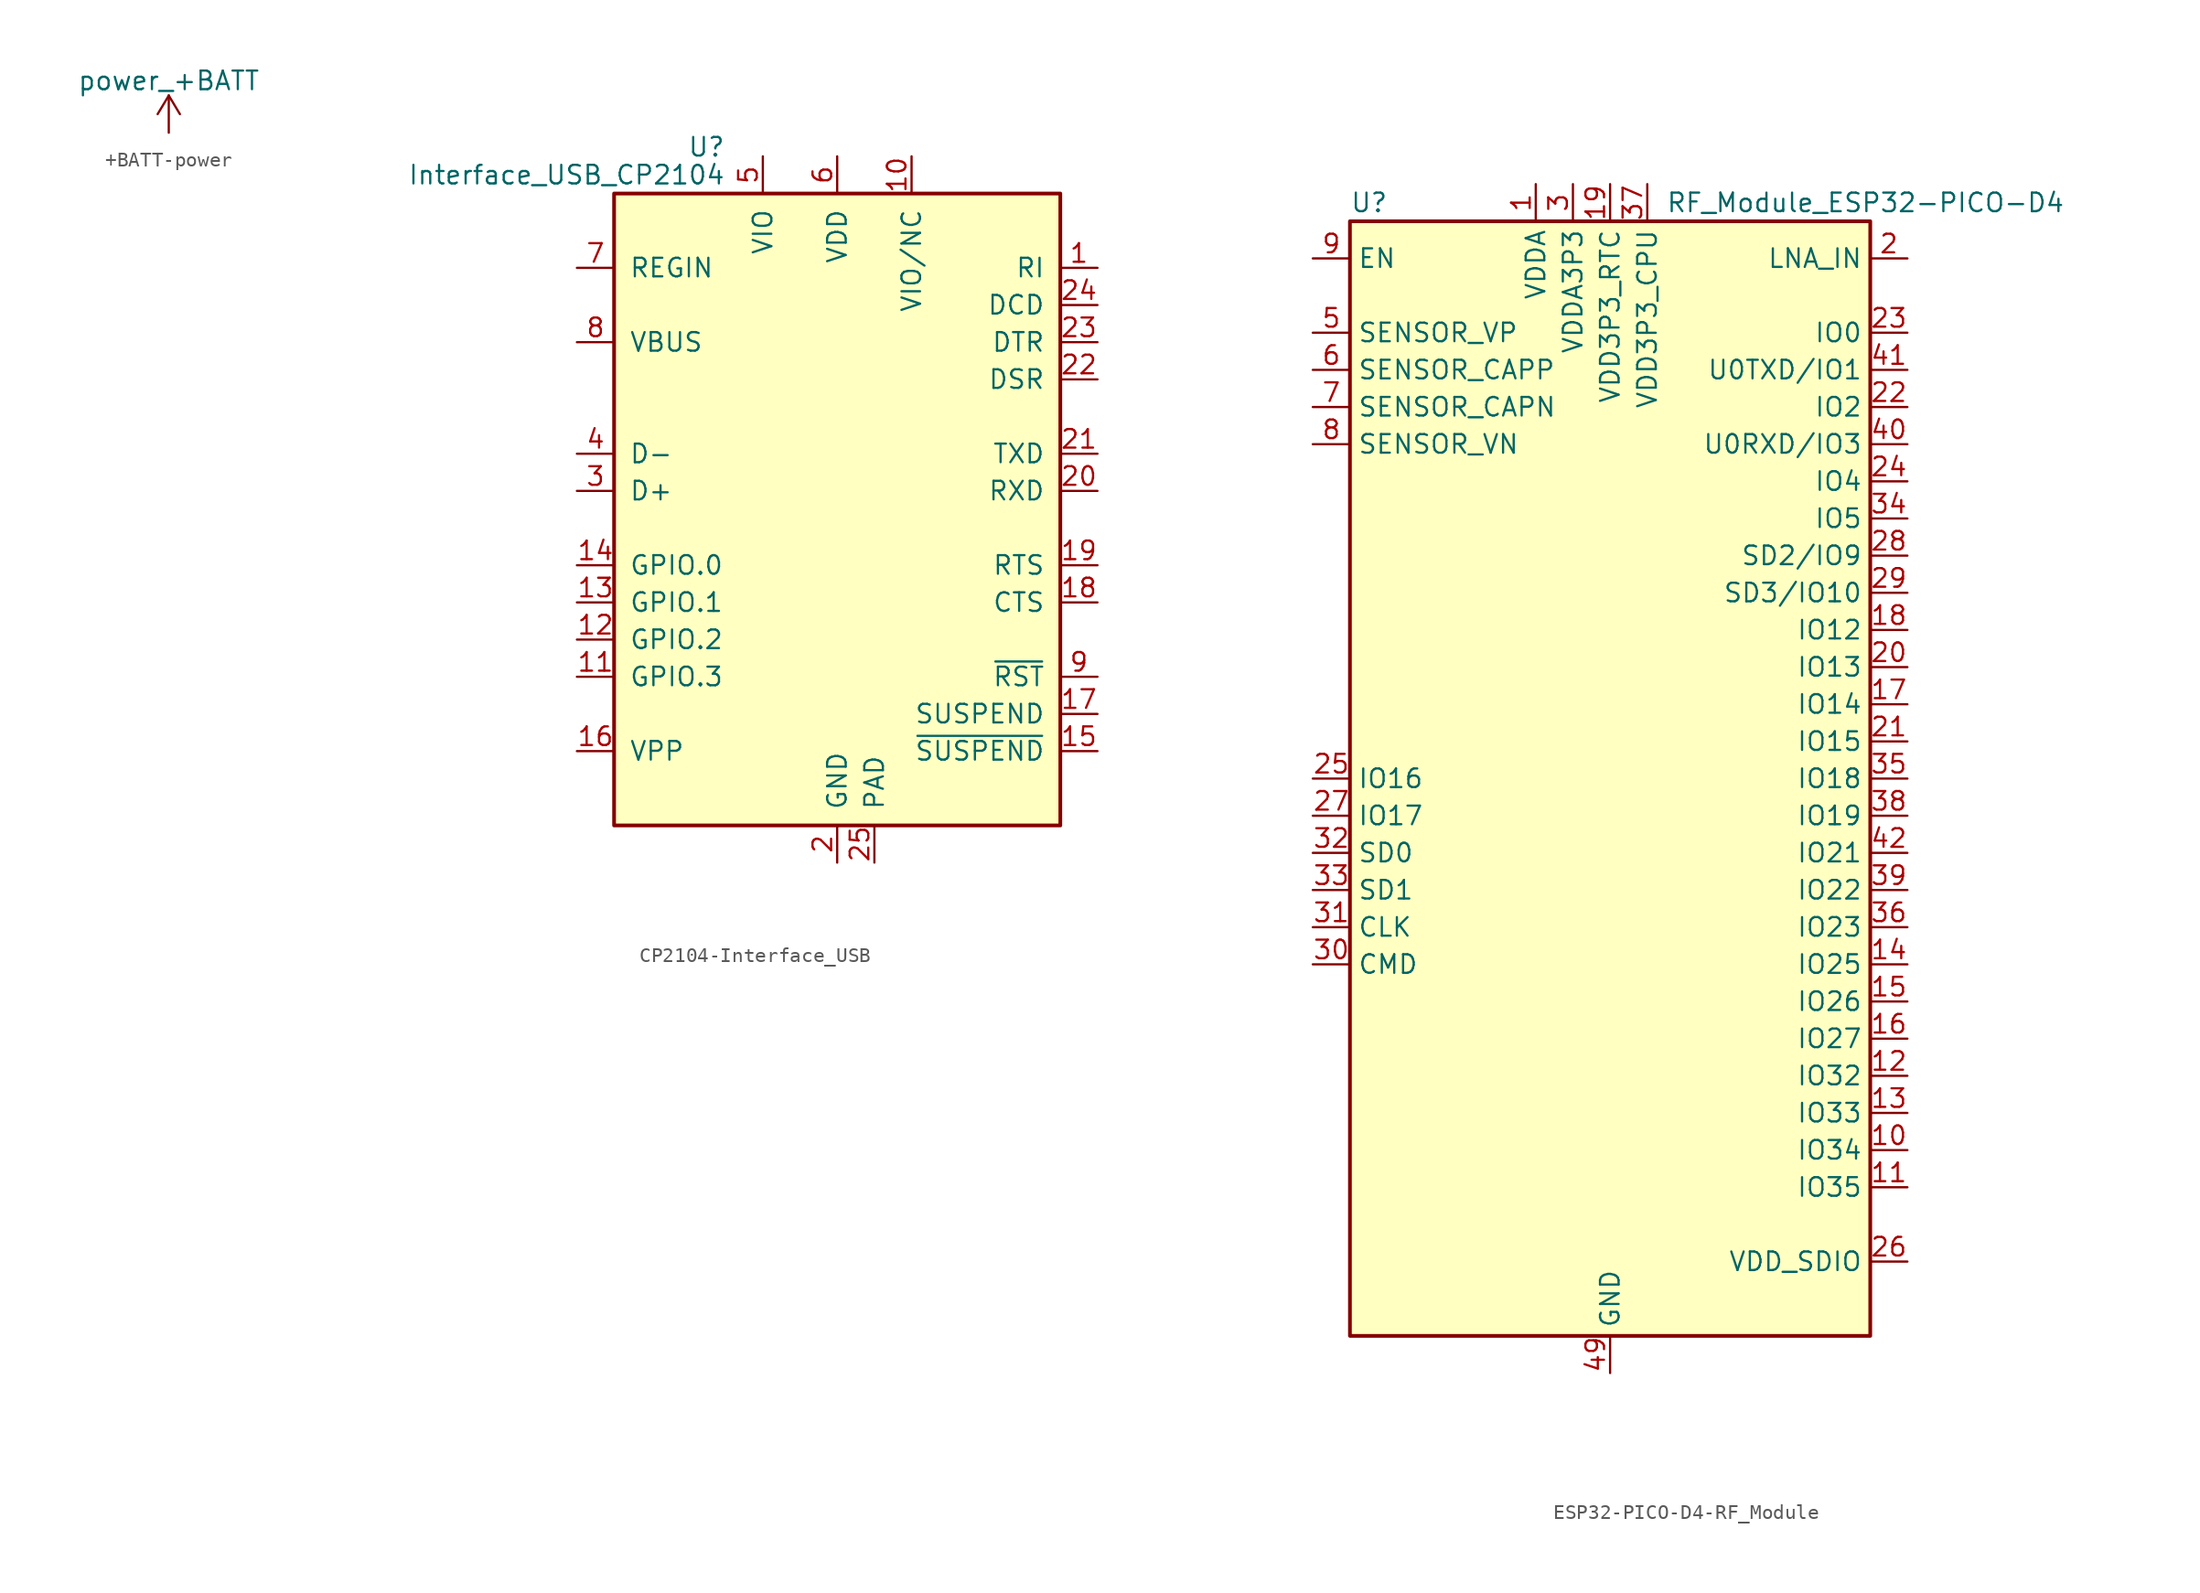
<source format=kicad_sym>
(kicad_symbol_lib
  (version 20231120)
  (generator "kicad_symbol_editor")
  (generator_version "8.0")
  (symbol "+BATT-power"
    (power)
    (pin_names
      (offset 0))
    (property "Reference" "#PWR"
      (at 0 -3.81 0)
      (effects (font (size 1.27 1.27)) (hide yes)))
    (property "Value" "power_+BATT"
      (at 0 3.556 0)
      (effects (font (size 1.27 1.27))))
    (symbol "+BATT-power_0_1"
      (polyline (pts (xy -0.762 1.27) (xy 0 2.54)) (stroke (width 0) (type solid)) (fill (type none)))
      (polyline (pts (xy 0 0) (xy 0 2.54)) (stroke (width 0) (type solid)) (fill (type none)))
      (polyline (pts (xy 0 2.54) (xy 0.762 1.27)) (stroke (width 0) (type solid)) (fill (type none))))
    (symbol "+BATT-power_1_1"
      (pin power_in line (at 0 0 90) (length 0) hide (name "+BATT" (effects (font (size 1.27 1.27)))) (number "1" (effects (font (size 1.27 1.27)))))))
  (symbol "CP2104-Interface_USB"
    (pin_names
      (offset 1.016))
    (property "Reference" "U"
      (at -7.62 23.495 0)
      (effects (font (size 1.27 1.27)) (justify right)))
    (property "Value" "Interface_USB_CP2104"
      (at -7.62 21.59 0)
      (effects (font (size 1.27 1.27)) (justify right)))
    (symbol "CP2104-Interface_USB_0_1"
      (rectangle (start -15.24 20.32) (end 15.24 -22.86) (stroke (width 0.254) (type solid)) (fill (type background))))
    (symbol "CP2104-Interface_USB_1_1"
      (pin input line (at 17.78 15.24 180) (length 2.54) (name "RI" (effects (font (size 1.27 1.27)))) (number "1" (effects (font (size 1.27 1.27)))))
      (pin power_out line (at 5.08 22.86 270) (length 2.54) (name "VIO/NC" (effects (font (size 1.27 1.27)))) (number "10" (effects (font (size 1.27 1.27)))))
      (pin bidirectional line (at -17.78 -12.7 0) (length 2.54) (name "GPIO.3" (effects (font (size 1.27 1.27)))) (number "11" (effects (font (size 1.27 1.27)))))
      (pin bidirectional line (at -17.78 -10.16 0) (length 2.54) (name "GPIO.2" (effects (font (size 1.27 1.27)))) (number "12" (effects (font (size 1.27 1.27)))))
      (pin bidirectional line (at -17.78 -7.62 0) (length 2.54) (name "GPIO.1" (effects (font (size 1.27 1.27)))) (number "13" (effects (font (size 1.27 1.27)))))
      (pin bidirectional line (at -17.78 -5.08 0) (length 2.54) (name "GPIO.0" (effects (font (size 1.27 1.27)))) (number "14" (effects (font (size 1.27 1.27)))))
      (pin output line (at 17.78 -17.78 180) (length 2.54) (name "~{SUSPEND}" (effects (font (size 1.27 1.27)))) (number "15" (effects (font (size 1.27 1.27)))))
      (pin passive line (at -17.78 -17.78 0) (length 2.54) (name "VPP" (effects (font (size 1.27 1.27)))) (number "16" (effects (font (size 1.27 1.27)))))
      (pin output line (at 17.78 -15.24 180) (length 2.54) (name "SUSPEND" (effects (font (size 1.27 1.27)))) (number "17" (effects (font (size 1.27 1.27)))))
      (pin input line (at 17.78 -7.62 180) (length 2.54) (name "CTS" (effects (font (size 1.27 1.27)))) (number "18" (effects (font (size 1.27 1.27)))))
      (pin output line (at 17.78 -5.08 180) (length 2.54) (name "RTS" (effects (font (size 1.27 1.27)))) (number "19" (effects (font (size 1.27 1.27)))))
      (pin power_in line (at 0 -25.4 90) (length 2.54) (name "GND" (effects (font (size 1.27 1.27)))) (number "2" (effects (font (size 1.27 1.27)))))
      (pin input line (at 17.78 0 180) (length 2.54) (name "RXD" (effects (font (size 1.27 1.27)))) (number "20" (effects (font (size 1.27 1.27)))))
      (pin output line (at 17.78 2.54 180) (length 2.54) (name "TXD" (effects (font (size 1.27 1.27)))) (number "21" (effects (font (size 1.27 1.27)))))
      (pin input line (at 17.78 7.62 180) (length 2.54) (name "DSR" (effects (font (size 1.27 1.27)))) (number "22" (effects (font (size 1.27 1.27)))))
      (pin output line (at 17.78 10.16 180) (length 2.54) (name "DTR" (effects (font (size 1.27 1.27)))) (number "23" (effects (font (size 1.27 1.27)))))
      (pin input line (at 17.78 12.7 180) (length 2.54) (name "DCD" (effects (font (size 1.27 1.27)))) (number "24" (effects (font (size 1.27 1.27)))))
      (pin power_in line (at 2.54 -25.4 90) (length 2.54) (name "PAD" (effects (font (size 1.27 1.27)))) (number "25" (effects (font (size 1.27 1.27)))))
      (pin bidirectional line (at -17.78 0 0) (length 2.54) (name "D+" (effects (font (size 1.27 1.27)))) (number "3" (effects (font (size 1.27 1.27)))))
      (pin bidirectional line (at -17.78 2.54 0) (length 2.54) (name "D-" (effects (font (size 1.27 1.27)))) (number "4" (effects (font (size 1.27 1.27)))))
      (pin power_in line (at -5.08 22.86 270) (length 2.54) (name "VIO" (effects (font (size 1.27 1.27)))) (number "5" (effects (font (size 1.27 1.27)))))
      (pin power_in line (at 0 22.86 270) (length 2.54) (name "VDD" (effects (font (size 1.27 1.27)))) (number "6" (effects (font (size 1.27 1.27)))))
      (pin power_in line (at -17.78 15.24 0) (length 2.54) (name "REGIN" (effects (font (size 1.27 1.27)))) (number "7" (effects (font (size 1.27 1.27)))))
      (pin input line (at -17.78 10.16 0) (length 2.54) (name "VBUS" (effects (font (size 1.27 1.27)))) (number "8" (effects (font (size 1.27 1.27)))))
      (pin bidirectional line (at 17.78 -12.7 180) (length 2.54) (name "~{RST}" (effects (font (size 1.27 1.27)))) (number "9" (effects (font (size 1.27 1.27)))))))
  (symbol "ESP32-PICO-D4-RF_Module"
    (property "Reference" "U"
      (at -17.78 39.37 0)
      (effects (font (size 1.27 1.27)) (justify left)))
    (property "Value" "RF_Module_ESP32-PICO-D4"
      (at 3.81 39.37 0)
      (effects (font (size 1.27 1.27)) (justify left)))
    (symbol "ESP32-PICO-D4-RF_Module_0_0"
      (pin power_in line (at -5.08 40.64 270) (length 2.54) (name "VDDA" (effects (font (size 1.27 1.27)))) (number "1" (effects (font (size 1.27 1.27)))))
      (pin input line (at 20.32 -25.4 180) (length 2.54) (name "IO34" (effects (font (size 1.27 1.27)))) (number "10" (effects (font (size 1.27 1.27)))))
      (pin input line (at 20.32 -27.94 180) (length 2.54) (name "IO35" (effects (font (size 1.27 1.27)))) (number "11" (effects (font (size 1.27 1.27)))))
      (pin bidirectional line (at 20.32 -20.32 180) (length 2.54) (name "IO32" (effects (font (size 1.27 1.27)))) (number "12" (effects (font (size 1.27 1.27)))))
      (pin bidirectional line (at 20.32 -22.86 180) (length 2.54) (name "IO33" (effects (font (size 1.27 1.27)))) (number "13" (effects (font (size 1.27 1.27)))))
      (pin bidirectional line (at 20.32 -12.7 180) (length 2.54) (name "IO25" (effects (font (size 1.27 1.27)))) (number "14" (effects (font (size 1.27 1.27)))))
      (pin bidirectional line (at 20.32 -15.24 180) (length 2.54) (name "IO26" (effects (font (size 1.27 1.27)))) (number "15" (effects (font (size 1.27 1.27)))))
      (pin bidirectional line (at 20.32 -17.78 180) (length 2.54) (name "IO27" (effects (font (size 1.27 1.27)))) (number "16" (effects (font (size 1.27 1.27)))))
      (pin bidirectional line (at 20.32 5.08 180) (length 2.54) (name "IO14" (effects (font (size 1.27 1.27)))) (number "17" (effects (font (size 1.27 1.27)))))
      (pin bidirectional line (at 20.32 10.16 180) (length 2.54) (name "IO12" (effects (font (size 1.27 1.27)))) (number "18" (effects (font (size 1.27 1.27)))))
      (pin power_in line (at 0 40.64 270) (length 2.54) (name "VDD3P3_RTC" (effects (font (size 1.27 1.27)))) (number "19" (effects (font (size 1.27 1.27)))))
      (pin bidirectional line (at 20.32 35.56 180) (length 2.54) (name "LNA_IN" (effects (font (size 1.27 1.27)))) (number "2" (effects (font (size 1.27 1.27)))))
      (pin bidirectional line (at 20.32 7.62 180) (length 2.54) (name "IO13" (effects (font (size 1.27 1.27)))) (number "20" (effects (font (size 1.27 1.27)))))
      (pin bidirectional line (at 20.32 2.54 180) (length 2.54) (name "IO15" (effects (font (size 1.27 1.27)))) (number "21" (effects (font (size 1.27 1.27)))))
      (pin bidirectional line (at 20.32 25.4 180) (length 2.54) (name "IO2" (effects (font (size 1.27 1.27)))) (number "22" (effects (font (size 1.27 1.27)))))
      (pin bidirectional line (at 20.32 30.48 180) (length 2.54) (name "IO0" (effects (font (size 1.27 1.27)))) (number "23" (effects (font (size 1.27 1.27)))))
      (pin bidirectional line (at 20.32 20.32 180) (length 2.54) (name "IO4" (effects (font (size 1.27 1.27)))) (number "24" (effects (font (size 1.27 1.27)))))
      (pin bidirectional line (at -20.32 0 0) (length 2.54) (name "IO16" (effects (font (size 1.27 1.27)))) (number "25" (effects (font (size 1.27 1.27)))))
      (pin power_out line (at 20.32 -33.02 180) (length 2.54) (name "VDD_SDIO" (effects (font (size 1.27 1.27)))) (number "26" (effects (font (size 1.27 1.27)))))
      (pin bidirectional line (at -20.32 -2.54 0) (length 2.54) (name "IO17" (effects (font (size 1.27 1.27)))) (number "27" (effects (font (size 1.27 1.27)))))
      (pin bidirectional line (at 20.32 15.24 180) (length 2.54) (name "SD2/IO9" (effects (font (size 1.27 1.27)))) (number "28" (effects (font (size 1.27 1.27)))))
      (pin bidirectional line (at 20.32 12.7 180) (length 2.54) (name "SD3/IO10" (effects (font (size 1.27 1.27)))) (number "29" (effects (font (size 1.27 1.27)))))
      (pin power_in line (at -2.54 40.64 270) (length 2.54) (name "VDDA3P3" (effects (font (size 1.27 1.27)))) (number "3" (effects (font (size 1.27 1.27)))))
      (pin bidirectional line (at -20.32 -12.7 0) (length 2.54) (name "CMD" (effects (font (size 1.27 1.27)))) (number "30" (effects (font (size 1.27 1.27)))))
      (pin bidirectional line (at -20.32 -10.16 0) (length 2.54) (name "CLK" (effects (font (size 1.27 1.27)))) (number "31" (effects (font (size 1.27 1.27)))))
      (pin bidirectional line (at -20.32 -5.08 0) (length 2.54) (name "SD0" (effects (font (size 1.27 1.27)))) (number "32" (effects (font (size 1.27 1.27)))))
      (pin bidirectional line (at -20.32 -7.62 0) (length 2.54) (name "SD1" (effects (font (size 1.27 1.27)))) (number "33" (effects (font (size 1.27 1.27)))))
      (pin bidirectional line (at 20.32 17.78 180) (length 2.54) (name "IO5" (effects (font (size 1.27 1.27)))) (number "34" (effects (font (size 1.27 1.27)))))
      (pin bidirectional line (at 20.32 0 180) (length 2.54) (name "IO18" (effects (font (size 1.27 1.27)))) (number "35" (effects (font (size 1.27 1.27)))))
      (pin bidirectional line (at 20.32 -10.16 180) (length 2.54) (name "IO23" (effects (font (size 1.27 1.27)))) (number "36" (effects (font (size 1.27 1.27)))))
      (pin power_in line (at 2.54 40.64 270) (length 2.54) (name "VDD3P3_CPU" (effects (font (size 1.27 1.27)))) (number "37" (effects (font (size 1.27 1.27)))))
      (pin bidirectional line (at 20.32 -2.54 180) (length 2.54) (name "IO19" (effects (font (size 1.27 1.27)))) (number "38" (effects (font (size 1.27 1.27)))))
      (pin bidirectional line (at 20.32 -7.62 180) (length 2.54) (name "IO22" (effects (font (size 1.27 1.27)))) (number "39" (effects (font (size 1.27 1.27)))))
      (pin passive line (at -2.54 40.64 270) (length 2.54) hide (name "VDDA3P3" (effects (font (size 1.27 1.27)))) (number "4" (effects (font (size 1.27 1.27)))))
      (pin bidirectional line (at 20.32 22.86 180) (length 2.54) (name "U0RXD/IO3" (effects (font (size 1.27 1.27)))) (number "40" (effects (font (size 1.27 1.27)))))
      (pin bidirectional line (at 20.32 27.94 180) (length 2.54) (name "U0TXD/IO1" (effects (font (size 1.27 1.27)))) (number "41" (effects (font (size 1.27 1.27)))))
      (pin bidirectional line (at 20.32 -5.08 180) (length 2.54) (name "IO21" (effects (font (size 1.27 1.27)))) (number "42" (effects (font (size 1.27 1.27)))))
      (pin passive line (at -5.08 40.64 270) (length 2.54) hide (name "VDDA" (effects (font (size 1.27 1.27)))) (number "43" (effects (font (size 1.27 1.27)))))
      (pin no_connect line (at -17.78 -25.4 0) (length 2.54) hide (name "XTAL_N_NC" (effects (font (size 1.27 1.27)))) (number "44" (effects (font (size 1.27 1.27)))))
      (pin no_connect line (at -17.78 -27.94 0) (length 2.54) hide (name "XTAL_P_NC" (effects (font (size 1.27 1.27)))) (number "45" (effects (font (size 1.27 1.27)))))
      (pin passive line (at -5.08 40.64 270) (length 2.54) hide (name "VDDA" (effects (font (size 1.27 1.27)))) (number "46" (effects (font (size 1.27 1.27)))))
      (pin no_connect line (at -17.78 -30.48 0) (length 2.54) hide (name "CAP2_NC" (effects (font (size 1.27 1.27)))) (number "47" (effects (font (size 1.27 1.27)))))
      (pin no_connect line (at -17.78 -33.02 0) (length 2.54) hide (name "CAP1_NC" (effects (font (size 1.27 1.27)))) (number "48" (effects (font (size 1.27 1.27)))))
      (pin power_in line (at 0 -40.64 90) (length 2.54) (name "GND" (effects (font (size 1.27 1.27)))) (number "49" (effects (font (size 1.27 1.27)))))
      (pin input line (at -20.32 30.48 0) (length 2.54) (name "SENSOR_VP" (effects (font (size 1.27 1.27)))) (number "5" (effects (font (size 1.27 1.27)))))
      (pin input line (at -20.32 27.94 0) (length 2.54) (name "SENSOR_CAPP" (effects (font (size 1.27 1.27)))) (number "6" (effects (font (size 1.27 1.27)))))
      (pin input line (at -20.32 25.4 0) (length 2.54) (name "SENSOR_CAPN" (effects (font (size 1.27 1.27)))) (number "7" (effects (font (size 1.27 1.27)))))
      (pin input line (at -20.32 22.86 0) (length 2.54) (name "SENSOR_VN" (effects (font (size 1.27 1.27)))) (number "8" (effects (font (size 1.27 1.27)))))
      (pin input line (at -20.32 35.56 0) (length 2.54) (name "EN" (effects (font (size 1.27 1.27)))) (number "9" (effects (font (size 1.27 1.27))))))
    (symbol "ESP32-PICO-D4-RF_Module_0_1"
      (rectangle (start -17.78 38.1) (end 17.78 -38.1) (stroke (width 0.254) (type solid)) (fill (type background))))))
</source>
